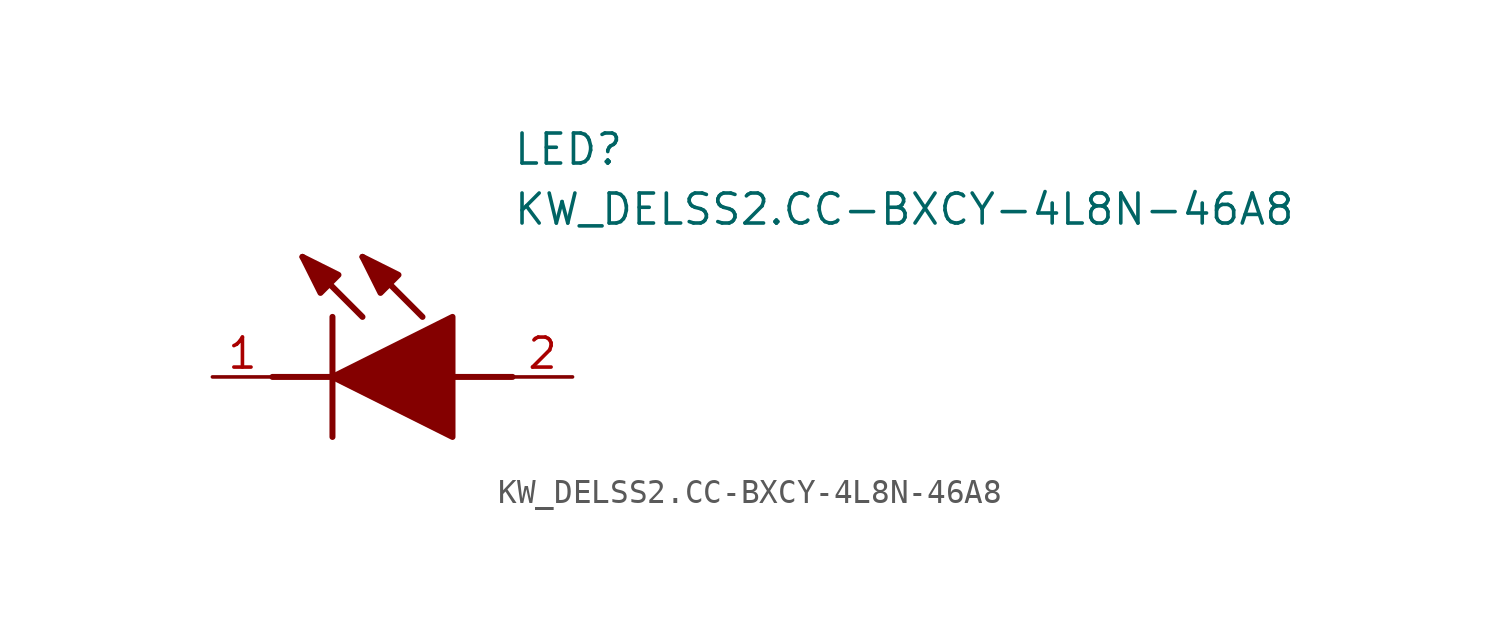
<source format=kicad_sym>
(kicad_symbol_lib
  (version 20211014)
  (generator SamacSys_ECAD_Model)
  (symbol "KW_DELSS2.CC-BXCY-4L8N-46A8"
    (pin_names hide)
    (property "Reference" "LED"
      (at 12.7 8.89 0)
      (effects (font (size 1.27 1.27)) (justify left bottom)))
    (property "Value" "KW_DELSS2.CC-BXCY-4L8N-46A8"
      (at 12.7 6.35 0)
      (effects (font (size 1.27 1.27)) (justify left bottom)))
    (polyline
      (pts (xy 5.08 2.54) (xy 5.08 -2.54))
      (stroke (width 0.254) (type default))
      (fill (type none)))
    (polyline
      (pts (xy 6.35 2.54) (xy 3.81 5.08))
      (stroke (width 0.254) (type default))
      (fill (type none)))
    (polyline
      (pts (xy 8.89 2.54) (xy 6.35 5.08))
      (stroke (width 0.254) (type default))
      (fill (type none)))
    (polyline
      (pts (xy 2.54 0) (xy 5.08 0))
      (stroke (width 0.254) (type default))
      (fill (type none)))
    (polyline
      (pts (xy 10.16 0) (xy 12.7 0))
      (stroke (width 0.254) (type default))
      (fill (type none)))
    (polyline
      (pts (xy 5.08 0) (xy 10.16 2.54) (xy 10.16 -2.54) (xy 5.08 0))
      (stroke (width 0.254) (type default))
      (fill (type outline)))
    (polyline
      (pts (xy 5.334 4.318) (xy 4.572 3.556) (xy 3.81 5.08) (xy 5.334 4.318))
      (stroke (width 0.254) (type default))
      (fill (type outline)))
    (polyline
      (pts (xy 7.874 4.318) (xy 7.112 3.556) (xy 6.35 5.08) (xy 7.874 4.318))
      (stroke (width 0.254) (type default))
      (fill (type outline)))
    (pin passive line
      (at 0 0 0)
      (length 2.54)
      (name "K" (effects (font (size 1.27 1.27))))
      (number "1" (effects (font (size 1.27 1.27)))))
    (pin passive line
      (at 15.24 0 180)
      (length 2.54)
      (name "A" (effects (font (size 1.27 1.27))))
      (number "2" (effects (font (size 1.27 1.27)))))))
</source>
